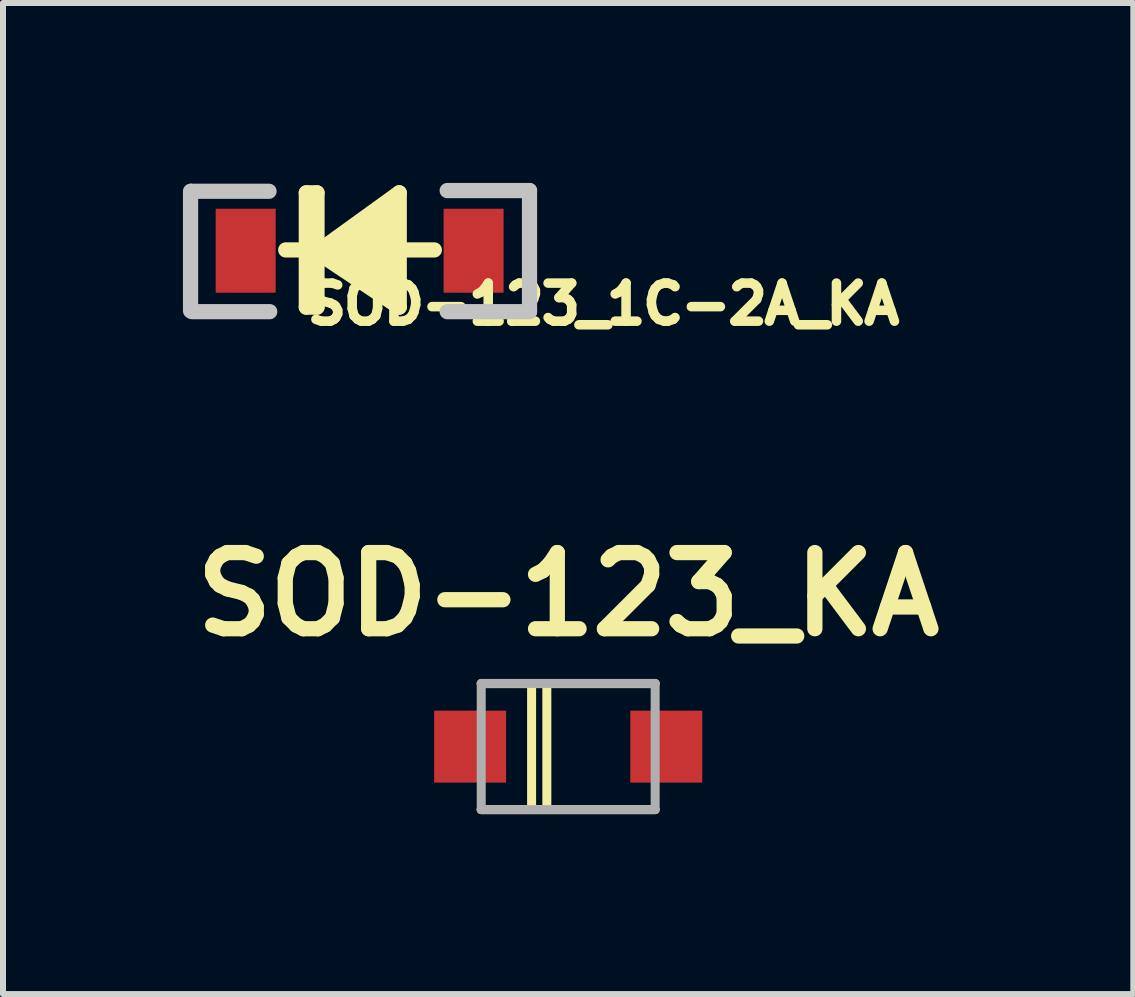
<source format=kicad_pcb>
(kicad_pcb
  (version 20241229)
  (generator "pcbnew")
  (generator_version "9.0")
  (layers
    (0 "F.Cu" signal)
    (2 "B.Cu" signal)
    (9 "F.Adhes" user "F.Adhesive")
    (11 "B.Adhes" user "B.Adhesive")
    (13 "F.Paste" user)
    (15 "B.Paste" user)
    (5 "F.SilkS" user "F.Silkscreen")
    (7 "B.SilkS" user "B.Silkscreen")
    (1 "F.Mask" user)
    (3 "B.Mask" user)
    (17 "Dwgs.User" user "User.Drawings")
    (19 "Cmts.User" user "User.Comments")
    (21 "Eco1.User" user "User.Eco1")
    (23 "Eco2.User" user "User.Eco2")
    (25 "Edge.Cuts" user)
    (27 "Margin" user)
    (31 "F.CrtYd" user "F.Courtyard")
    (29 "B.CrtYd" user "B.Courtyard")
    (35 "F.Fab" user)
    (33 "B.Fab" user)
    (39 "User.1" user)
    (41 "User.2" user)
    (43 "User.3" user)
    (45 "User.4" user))
  (footprint "SOD-123_KA"
    (layer "F.Cu")
    (at 6.423 9.398)
    (property "Reference" "SOD-123_KA" (at 0 -2.54 0) (layer "F.SilkS") (effects (font (size 1.27 1.27) (thickness 0.254))))
    (attr smd)
    (fp_line (start -1.45 -1.05) (end 1.45 -1.05) (stroke (width 0.15) (type solid)) (layer "F.SilkS"))
    (fp_line (start -0.61 -1.016) (end -0.61 1.016) (stroke (width 0.15) (type solid)) (layer "F.SilkS"))
    (fp_line (start -0.356 -1.016) (end -0.356 0.965) (stroke (width 0.15) (type solid)) (layer "F.SilkS"))
    (fp_line (start 1.45 1.05) (end -1.45 1.05) (stroke (width 0.15) (type solid)) (layer "F.SilkS"))
    (fp_line (start -1.45 -1.054) (end 1.45 -1.054) (stroke (width 0.15) (type solid)) (layer "F.Fab"))
    (fp_line (start -1.45 1.05) (end -1.45 -1.05) (stroke (width 0.15) (type solid)) (layer "F.Fab"))
    (fp_line (start 1.448 1.05) (end -1.452 1.05) (stroke (width 0.15) (type solid)) (layer "F.Fab"))
    (fp_line (start 1.45 -1.05) (end 1.45 1.05) (stroke (width 0.15) (type solid)) (layer "F.Fab"))
    (pad "1" smd rect (at -1.635 0) (size 1.2 1.2) (layers "F.Cu" "F.Mask" "F.Paste"))
    (pad "2" smd rect (at 1.635 0) (size 1.2 1.2) (layers "F.Cu" "F.Mask" "F.Paste")))
  (footprint "SOD-123_1C-2A_KA"
    (layer "F.Cu")
    (at 2.946 1.13)
    (property "Reference" "SOD-123_1C-2A_KA" (at 4.064 0.889 0) (layer "F.SilkS") (effects (font (size 0.635 0.635) (thickness 0.159))))
    (attr smd)
    (fp_line (start -0.889 0.94) (end -0.889 -0.965) (stroke (width 0.254) (type solid)) (layer "F.SilkS"))
    (fp_line (start -0.711 -0.965) (end -0.889 -0.965) (stroke (width 0.254) (type solid)) (layer "F.SilkS"))
    (fp_line (start -0.711 0.025) (end 0.66 -0.965) (stroke (width 0.254) (type solid)) (layer "F.SilkS"))
    (fp_line (start -0.711 0.94) (end -0.889 0.94) (stroke (width 0.254) (type solid)) (layer "F.SilkS"))
    (fp_line (start -0.711 0.94) (end -0.711 -0.965) (stroke (width 0.254) (type solid)) (layer "F.SilkS"))
    (fp_line (start -0.254 0.127) (end -0.254 -0.254) (stroke (width 0.254) (type solid)) (layer "F.SilkS"))
    (fp_line (start -0.127 0.254) (end -0.127 -0.381) (stroke (width 0.254) (type solid)) (layer "F.SilkS"))
    (fp_line (start 0 0.381) (end 0 -0.381) (stroke (width 0.254) (type solid)) (layer "F.SilkS"))
    (fp_line (start 0.127 0.381) (end 0.127 -0.508) (stroke (width 0.254) (type solid)) (layer "F.SilkS"))
    (fp_line (start 0.254 -0.508) (end 0.254 0.635) (stroke (width 0.254) (type solid)) (layer "F.SilkS"))
    (fp_line (start 0.381 0.635) (end 0.381 -0.635) (stroke (width 0.254) (type solid)) (layer "F.SilkS"))
    (fp_line (start 0.508 -0.762) (end 0.508 0.762) (stroke (width 0.254) (type solid)) (layer "F.SilkS"))
    (fp_line (start 0.66 0.94) (end -0.711 0.025) (stroke (width 0.254) (type solid)) (layer "F.SilkS"))
    (fp_line (start 0.66 0.94) (end 0.66 -0.965) (stroke (width 0.254) (type solid)) (layer "F.SilkS"))
    (fp_line (start 1.245 -0.013) (end -1.232 -0.013) (stroke (width 0.254) (type solid)) (layer "F.SilkS"))
    (fp_line (start -2.819 -0.991) (end -2.819 1.003) (stroke (width 0.254) (type solid)) (layer "Dwgs.User"))
    (fp_line (start -2.807 -0.991) (end -1.511 -0.991) (stroke (width 0.254) (type solid)) (layer "Dwgs.User"))
    (fp_line (start -2.794 1.016) (end -1.499 1.016) (stroke (width 0.254) (type solid)) (layer "Dwgs.User"))
    (fp_line (start 2.832 -1.003) (end 1.46 -1.003) (stroke (width 0.254) (type solid)) (layer "Dwgs.User"))
    (fp_line (start 2.832 -1.003) (end 2.832 1.016) (stroke (width 0.254) (type solid)) (layer "Dwgs.User"))
    (fp_line (start 2.832 1.016) (end 1.46 1.016) (stroke (width 0.254) (type solid)) (layer "Dwgs.User"))
    (pad "1" smd rect (at -1.9 0) (size 1 1.4) (layers "F.Cu" "F.Mask" "F.Paste"))
    (pad "2" smd rect (at 1.9 0) (size 1 1.4) (layers "F.Cu" "F.Mask" "F.Paste")))
  (gr_rect
    (start -3 -3)
    (end 15.845 13.523)
    (stroke (width 0.1) (type default))
    (fill no)
    (layer "Edge.Cuts")))
</source>
